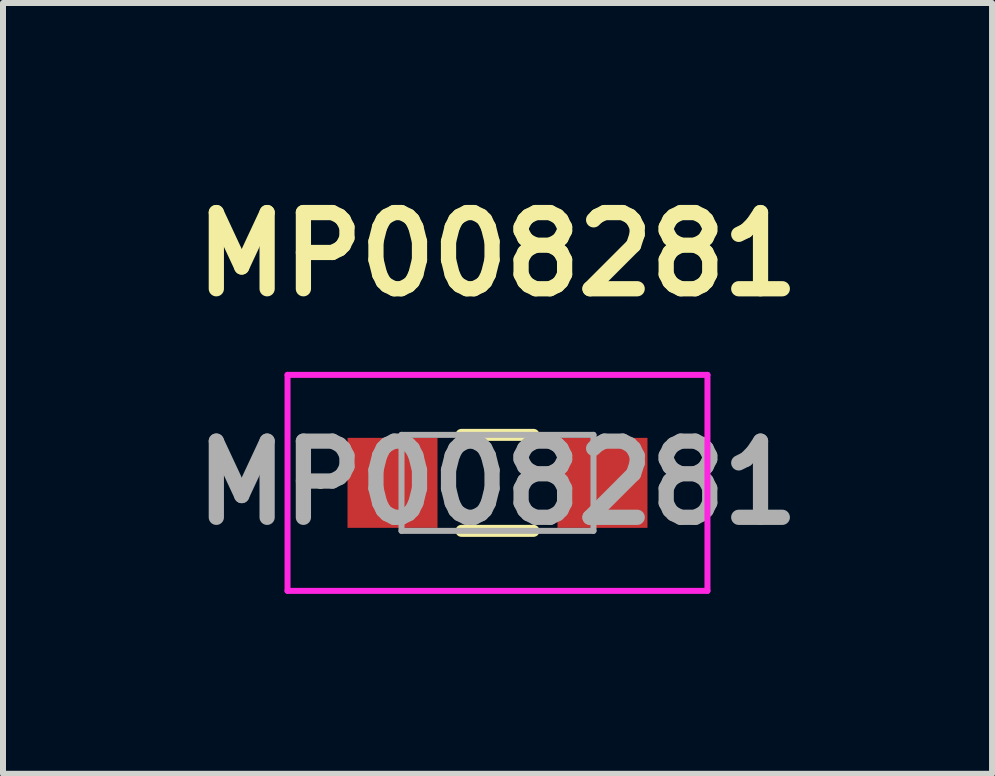
<source format=kicad_pcb>
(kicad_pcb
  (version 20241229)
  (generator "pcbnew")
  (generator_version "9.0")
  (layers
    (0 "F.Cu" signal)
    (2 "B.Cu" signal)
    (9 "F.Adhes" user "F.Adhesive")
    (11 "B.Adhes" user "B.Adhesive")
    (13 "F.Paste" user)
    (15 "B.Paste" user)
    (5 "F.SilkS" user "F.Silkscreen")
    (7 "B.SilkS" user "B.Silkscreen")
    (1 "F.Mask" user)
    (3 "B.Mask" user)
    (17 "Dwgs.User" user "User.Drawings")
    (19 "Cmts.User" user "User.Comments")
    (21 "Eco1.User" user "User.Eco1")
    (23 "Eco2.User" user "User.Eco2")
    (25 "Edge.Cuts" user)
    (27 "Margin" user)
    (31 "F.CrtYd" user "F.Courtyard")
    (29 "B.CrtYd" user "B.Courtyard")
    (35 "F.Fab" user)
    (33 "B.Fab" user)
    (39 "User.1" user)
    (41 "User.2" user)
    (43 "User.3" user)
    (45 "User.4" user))
  (footprint "MP008281"
    (layer "F.Cu")
    (at 5.243 4.999)
    (property "Reference" "MP008281" (at 0 -3.81 0) (layer "F.SilkS") (effects (font (size 1.27 1.27) (thickness 0.254))))
    (attr smd)
    (fp_line (start -3 0) (end -3 0) (stroke (width 0.1) (type solid)) (layer "F.SilkS"))
    (fp_line (start -2.9 0) (end -2.9 0) (stroke (width 0.1) (type solid)) (layer "F.SilkS"))
    (fp_line (start -0.6 -0.8) (end 0.6 -0.8) (stroke (width 0.2) (type solid)) (layer "F.SilkS"))
    (fp_line (start -0.6 0.8) (end 0.6 0.8) (stroke (width 0.2) (type solid)) (layer "F.SilkS"))
    (fp_arc (start -3 0) (mid -2.95 -0.05) (end -2.9 0) (stroke (width 0.1) (type solid)) (layer "F.SilkS"))
    (fp_arc (start -2.9 0) (mid -2.95 0.05) (end -3 0) (stroke (width 0.1) (type solid)) (layer "F.SilkS"))
    (fp_line (start -3.5 -1.8) (end 3.5 -1.8) (stroke (width 0.1) (type solid)) (layer "F.CrtYd"))
    (fp_line (start -3.5 1.8) (end -3.5 -1.8) (stroke (width 0.1) (type solid)) (layer "F.CrtYd"))
    (fp_line (start 3.5 -1.8) (end 3.5 1.8) (stroke (width 0.1) (type solid)) (layer "F.CrtYd"))
    (fp_line (start 3.5 1.8) (end -3.5 1.8) (stroke (width 0.1) (type solid)) (layer "F.CrtYd"))
    (fp_line (start -1.6 -0.8) (end 1.6 -0.8) (stroke (width 0.1) (type solid)) (layer "F.Fab"))
    (fp_line (start -1.6 0.8) (end -1.6 -0.8) (stroke (width 0.1) (type solid)) (layer "F.Fab"))
    (fp_line (start 1.6 -0.8) (end 1.6 0.8) (stroke (width 0.1) (type solid)) (layer "F.Fab"))
    (fp_line (start 1.6 0.8) (end -1.6 0.8) (stroke (width 0.1) (type solid)) (layer "F.Fab"))
    (fp_text user "${REFERENCE}" (at 0 0 0) (layer "F.Fab") (effects (font (size 1.27 1.27) (thickness 0.254))))
    (pad "1" smd rect (at -1.75 0 90) (size 1.5 1.5) (layers "F.Cu" "F.Mask" "F.Paste"))
    (pad "2" smd rect (at 1.75 0 90) (size 1.5 1.5) (layers "F.Cu" "F.Mask" "F.Paste")))
  (gr_rect
    (start -3 -3)
    (end 13.487 9.849)
    (stroke (width 0.1) (type default))
    (fill no)
    (layer "Edge.Cuts")))
</source>
